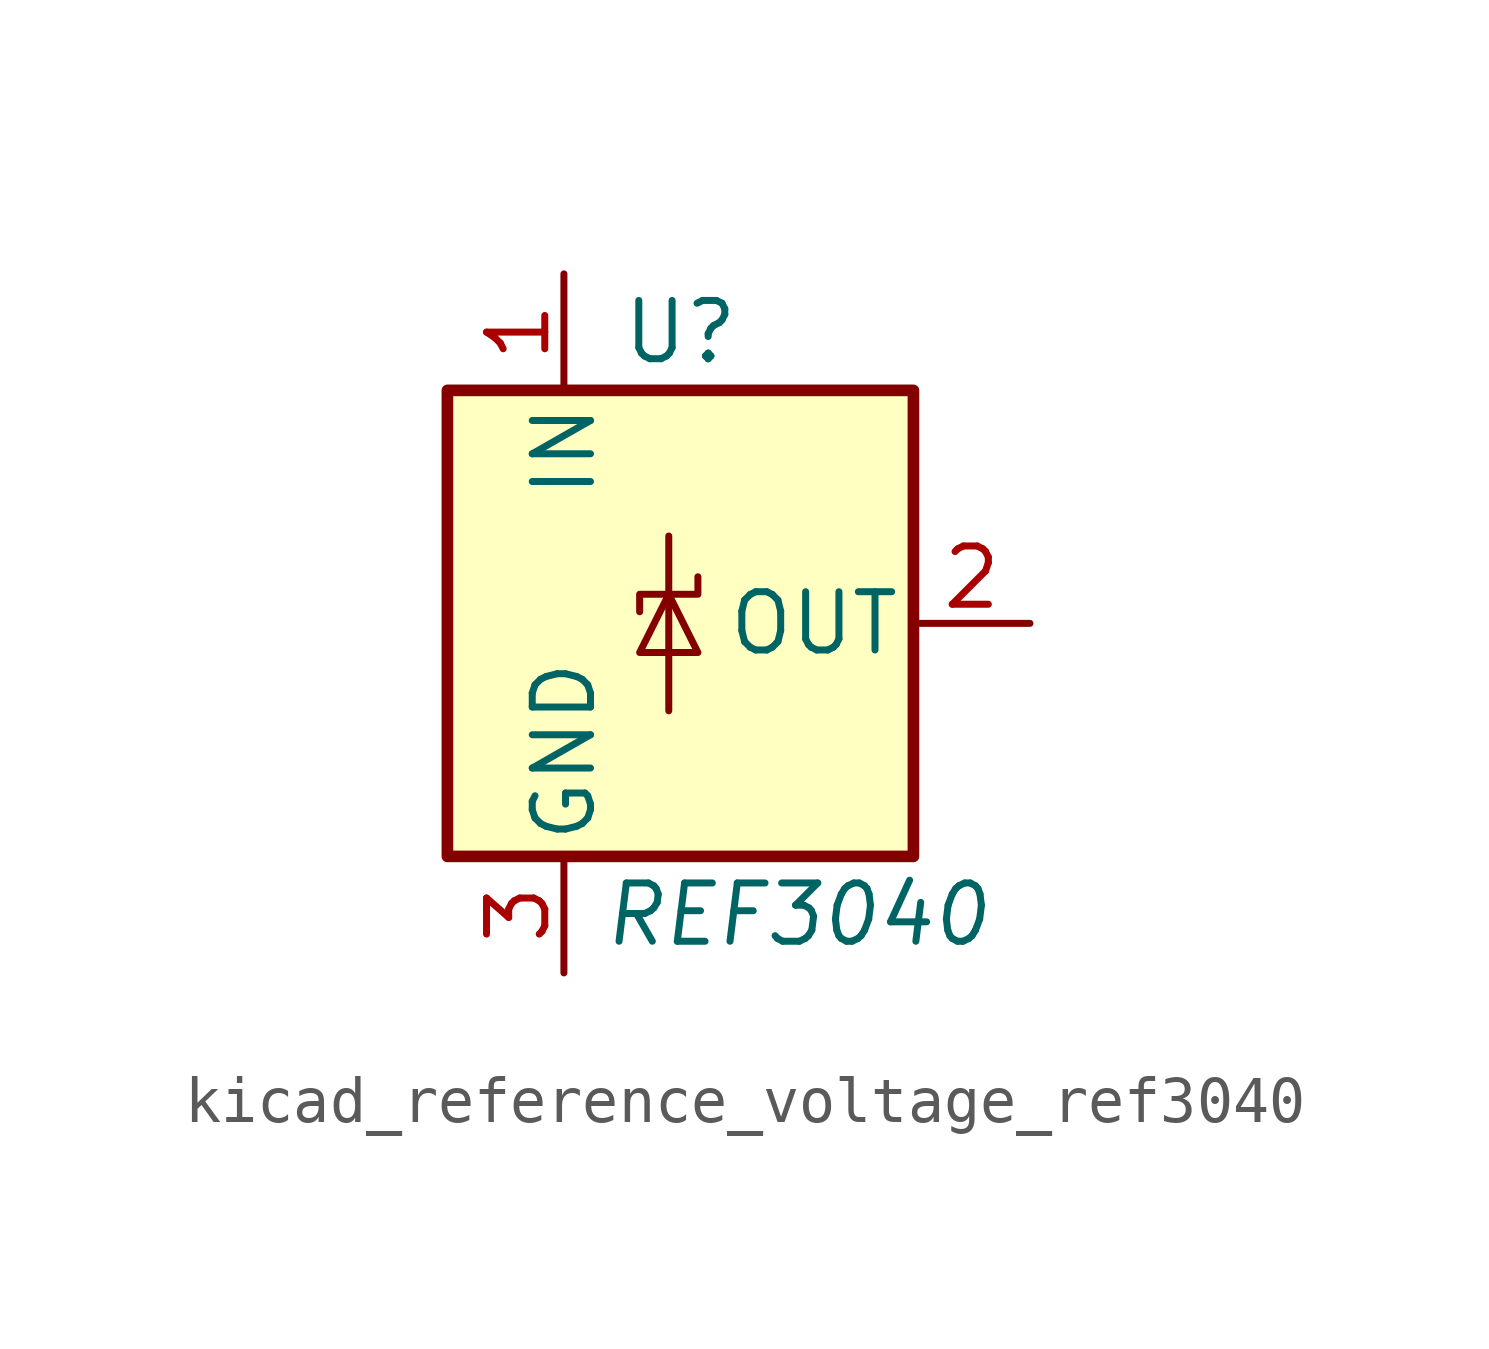
<source format=kicad_sym>
(kicad_symbol_lib
  (version 20220914)
  (generator kicad_symbol_editor)
  (symbol "kicad_reference_voltage_ref3040"
    (pin_names
      (offset 0.254))
    (property "Reference" "U"
      (at 0 6.35 0)
      (effects (font (size 1.27 1.27))))
    (property "Value" "REF3040"
      (at 2.54 -6.35 0)
      (effects (font (size 1.27 1.27) italic)))
    (symbol "kicad_reference_voltage_ref3040_0_1"
      (rectangle (start -5.08 5.08) (end 5.08 -5.08) (stroke (width 0.254) (type default)) (fill (type background)))
      (polyline (pts (xy -0.254 1.905) (xy -0.254 -1.905)) (stroke (width 0) (type default)) (fill (type none)))
      (polyline (pts (xy -0.889 -0.635) (xy 0.381 -0.635) (xy -0.254 0.635) (xy -0.889 -0.635)) (stroke (width 0) (type default)) (fill (type none)))
      (polyline (pts (xy 0.381 1.016) (xy 0.381 0.635) (xy -0.889 0.635) (xy -0.889 0.254)) (stroke (width 0) (type default)) (fill (type none))))
    (symbol "kicad_reference_voltage_ref3040_1_1"
      (pin power_in line (at -2.54 7.62 270) (length 2.54) (name "IN" (effects (font (size 1.27 1.27)))) (number "1" (effects (font (size 1.27 1.27)))))
      (pin power_out line (at 7.62 0 180) (length 2.54) (name "OUT" (effects (font (size 1.27 1.27)))) (number "2" (effects (font (size 1.27 1.27)))))
      (pin power_in line (at -2.54 -7.62 90) (length 2.54) (name "GND" (effects (font (size 1.27 1.27)))) (number "3" (effects (font (size 1.27 1.27))))))))
</source>
